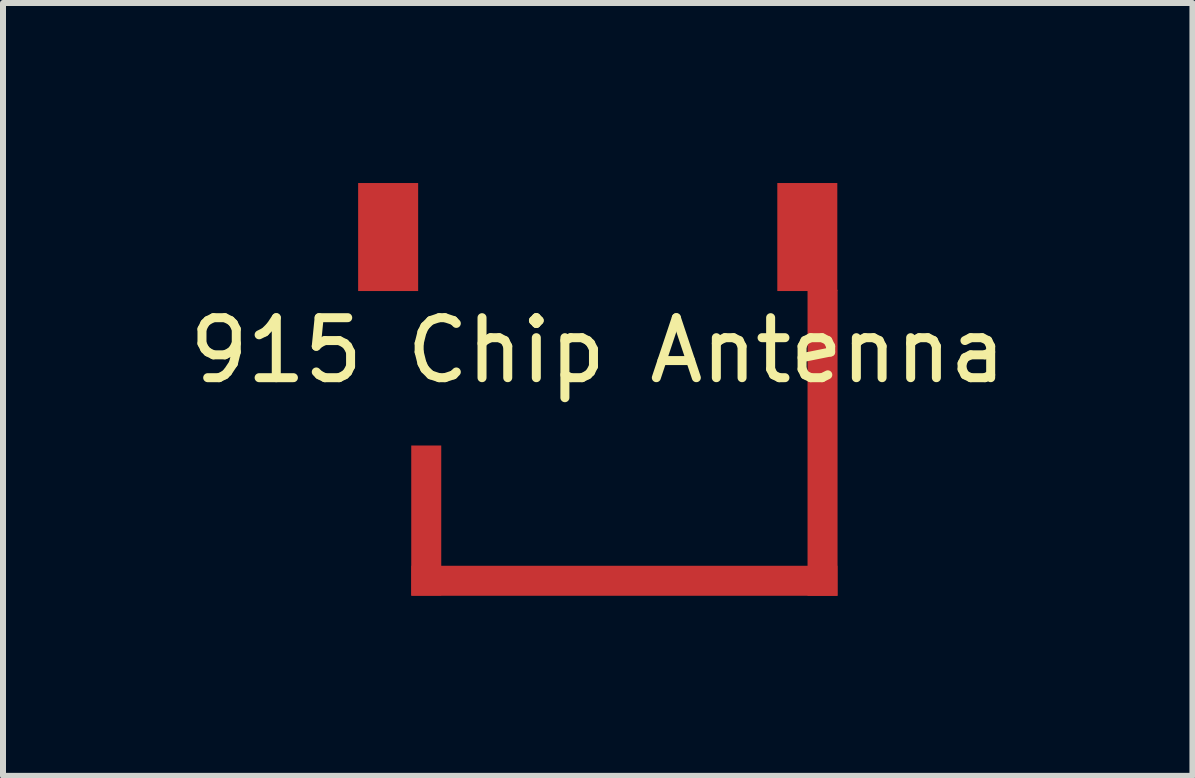
<source format=kicad_pcb>
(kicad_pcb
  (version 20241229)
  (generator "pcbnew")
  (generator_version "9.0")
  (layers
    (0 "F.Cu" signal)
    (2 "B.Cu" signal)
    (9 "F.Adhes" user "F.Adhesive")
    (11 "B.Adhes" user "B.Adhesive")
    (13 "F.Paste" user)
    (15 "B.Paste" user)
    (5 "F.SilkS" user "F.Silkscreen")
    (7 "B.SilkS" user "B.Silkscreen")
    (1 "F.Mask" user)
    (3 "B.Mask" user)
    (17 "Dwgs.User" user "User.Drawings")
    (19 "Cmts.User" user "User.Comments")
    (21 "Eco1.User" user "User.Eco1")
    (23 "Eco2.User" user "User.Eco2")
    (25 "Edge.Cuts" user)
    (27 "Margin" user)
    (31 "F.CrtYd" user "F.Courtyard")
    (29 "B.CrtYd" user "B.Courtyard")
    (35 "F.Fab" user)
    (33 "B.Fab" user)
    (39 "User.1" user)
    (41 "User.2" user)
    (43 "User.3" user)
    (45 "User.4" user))
  (footprint "915 Chip Antenna"
    (layer "F.Cu")
    (at 10.911 1.789)
    (property "Reference" "915 Chip Antenna" (at -4 1 0) (layer "F.SilkS") (effects (font (size 1 1) (thickness 0.15))))
    (attr through_hole)
    (pad "1" smd rect (at -7.493 -0.889) (size 1 1.8) (layers "F.Cu" "F.Mask" "F.Paste"))
    (pad "2" smd rect (at -6.858 3.835) (size 0.5 2.5) (layers "F.Cu" "F.Mask" "F.Paste"))
    (pad "2" smd rect (at -3.556 4.839) (size 7.1 0.5) (layers "F.Cu" "F.Mask" "F.Paste"))
    (pad "2" smd rect (at -0.508 -0.889) (size 1 1.8) (layers "F.Cu" "F.Mask" "F.Paste"))
    (pad "2" smd rect (at -0.254 2.54) (size 0.5 5.1) (layers "F.Cu" "F.Mask" "F.Paste")))
  (gr_rect
    (start -3 -3)
    (end 16.821 9.879)
    (stroke (width 0.1) (type default))
    (fill no)
    (layer "Edge.Cuts")))
</source>
